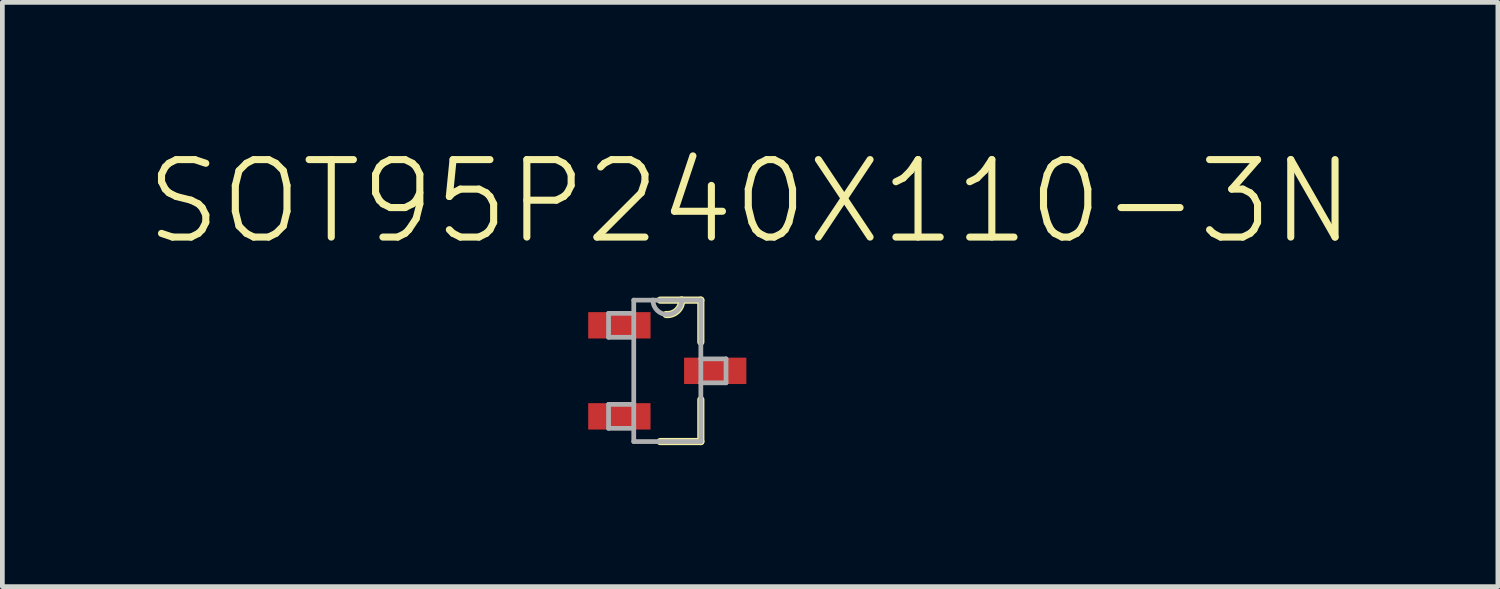
<source format=kicad_pcb>
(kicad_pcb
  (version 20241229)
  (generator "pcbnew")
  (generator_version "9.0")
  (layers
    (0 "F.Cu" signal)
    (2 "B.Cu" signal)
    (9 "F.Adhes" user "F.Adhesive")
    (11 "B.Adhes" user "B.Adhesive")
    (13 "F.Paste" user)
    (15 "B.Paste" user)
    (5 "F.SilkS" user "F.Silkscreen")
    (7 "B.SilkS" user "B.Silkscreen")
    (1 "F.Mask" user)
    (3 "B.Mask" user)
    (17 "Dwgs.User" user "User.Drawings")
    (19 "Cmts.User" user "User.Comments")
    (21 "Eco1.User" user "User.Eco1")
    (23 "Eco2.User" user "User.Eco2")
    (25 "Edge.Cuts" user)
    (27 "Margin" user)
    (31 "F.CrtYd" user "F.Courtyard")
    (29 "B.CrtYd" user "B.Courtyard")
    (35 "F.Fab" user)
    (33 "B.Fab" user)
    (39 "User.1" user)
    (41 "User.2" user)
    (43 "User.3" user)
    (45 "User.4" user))
  (footprint "SOT95P240X110-3N"
    (layer "F.Cu")
    (at 11.097 4.812)
    (property "Reference" "SOT95P240X110-3N" (at 1.756 -3.588 0) (layer "F.SilkS") (effects (font (size 1.643 1.643) (thickness 0.15))))
    (attr smd)
    (fp_line (start -0.152 1.499) (end 0.711 1.499) (stroke (width 0.152) (type solid)) (layer "F.SilkS"))
    (fp_line (start 0.305 -1.499) (end -0.152 -1.499) (stroke (width 0.152) (type solid)) (layer "F.SilkS"))
    (fp_line (start 0.711 -1.499) (end 0.305 -1.499) (stroke (width 0.152) (type solid)) (layer "F.SilkS"))
    (fp_line (start 0.711 -0.61) (end 0.711 -1.499) (stroke (width 0.152) (type solid)) (layer "F.SilkS"))
    (fp_line (start 0.711 1.499) (end 0.711 0.61) (stroke (width 0.152) (type solid)) (layer "F.SilkS"))
    (fp_arc (start 0.3048 -1.4986) (mid 0.206758 -1.273554) (end -0.0254 -1.1938) (stroke (width 0.1524) (type solid)) (layer "F.SilkS"))
    (fp_line (start -1.245 -1.219) (end -1.245 -0.711) (stroke (width 0.1) (type solid)) (layer "F.Fab"))
    (fp_line (start -1.245 -0.711) (end -0.711 -0.711) (stroke (width 0.1) (type solid)) (layer "F.Fab"))
    (fp_line (start -1.245 0.711) (end -1.245 1.219) (stroke (width 0.1) (type solid)) (layer "F.Fab"))
    (fp_line (start -1.245 1.219) (end -0.711 1.219) (stroke (width 0.1) (type solid)) (layer "F.Fab"))
    (fp_line (start -0.711 -1.499) (end -0.711 -1.219) (stroke (width 0.1) (type solid)) (layer "F.Fab"))
    (fp_line (start -0.711 -1.219) (end -1.245 -1.219) (stroke (width 0.1) (type solid)) (layer "F.Fab"))
    (fp_line (start -0.711 -1.219) (end -0.711 -0.711) (stroke (width 0.1) (type solid)) (layer "F.Fab"))
    (fp_line (start -0.711 -0.711) (end -0.711 0.711) (stroke (width 0.1) (type solid)) (layer "F.Fab"))
    (fp_line (start -0.711 0.711) (end -1.245 0.711) (stroke (width 0.1) (type solid)) (layer "F.Fab"))
    (fp_line (start -0.711 1.219) (end -0.711 0.711) (stroke (width 0.1) (type solid)) (layer "F.Fab"))
    (fp_line (start -0.711 1.499) (end -0.711 1.219) (stroke (width 0.1) (type solid)) (layer "F.Fab"))
    (fp_line (start -0.711 1.499) (end 0.711 1.499) (stroke (width 0.1) (type solid)) (layer "F.Fab"))
    (fp_line (start -0.305 -1.499) (end -0.711 -1.499) (stroke (width 0.1) (type solid)) (layer "F.Fab"))
    (fp_line (start 0.305 -1.499) (end -0.305 -1.499) (stroke (width 0.1) (type solid)) (layer "F.Fab"))
    (fp_line (start 0.711 -1.499) (end 0.305 -1.499) (stroke (width 0.1) (type solid)) (layer "F.Fab"))
    (fp_line (start 0.711 -0.254) (end 0.711 -1.499) (stroke (width 0.1) (type solid)) (layer "F.Fab"))
    (fp_line (start 0.711 0.254) (end 0.711 -0.254) (stroke (width 0.1) (type solid)) (layer "F.Fab"))
    (fp_line (start 0.711 0.254) (end 1.245 0.254) (stroke (width 0.1) (type solid)) (layer "F.Fab"))
    (fp_line (start 0.711 1.499) (end 0.711 0.254) (stroke (width 0.1) (type solid)) (layer "F.Fab"))
    (fp_line (start 1.245 -0.254) (end 0.711 -0.254) (stroke (width 0.1) (type solid)) (layer "F.Fab"))
    (fp_line (start 1.245 0.254) (end 1.245 -0.254) (stroke (width 0.1) (type solid)) (layer "F.Fab"))
    (fp_arc (start 0.3048 -1.4986) (mid 0 -1.1938) (end -0.3048 -1.4986) (stroke (width 0.1) (type solid)) (layer "F.Fab"))
    (pad "1" smd rect (at -1.016 -0.965) (size 1.321 0.559) (layers "F.Cu" "F.Mask" "F.Paste"))
    (pad "2" smd rect (at -1.016 0.965) (size 1.321 0.559) (layers "F.Cu" "F.Mask" "F.Paste"))
    (pad "3" smd rect (at 1.016 0) (size 1.321 0.559) (layers "F.Cu" "F.Mask" "F.Paste")))
  (gr_rect
    (start -3 -3)
    (end 28.706 9.387)
    (stroke (width 0.1) (type default))
    (fill no)
    (layer "Edge.Cuts")))
</source>
